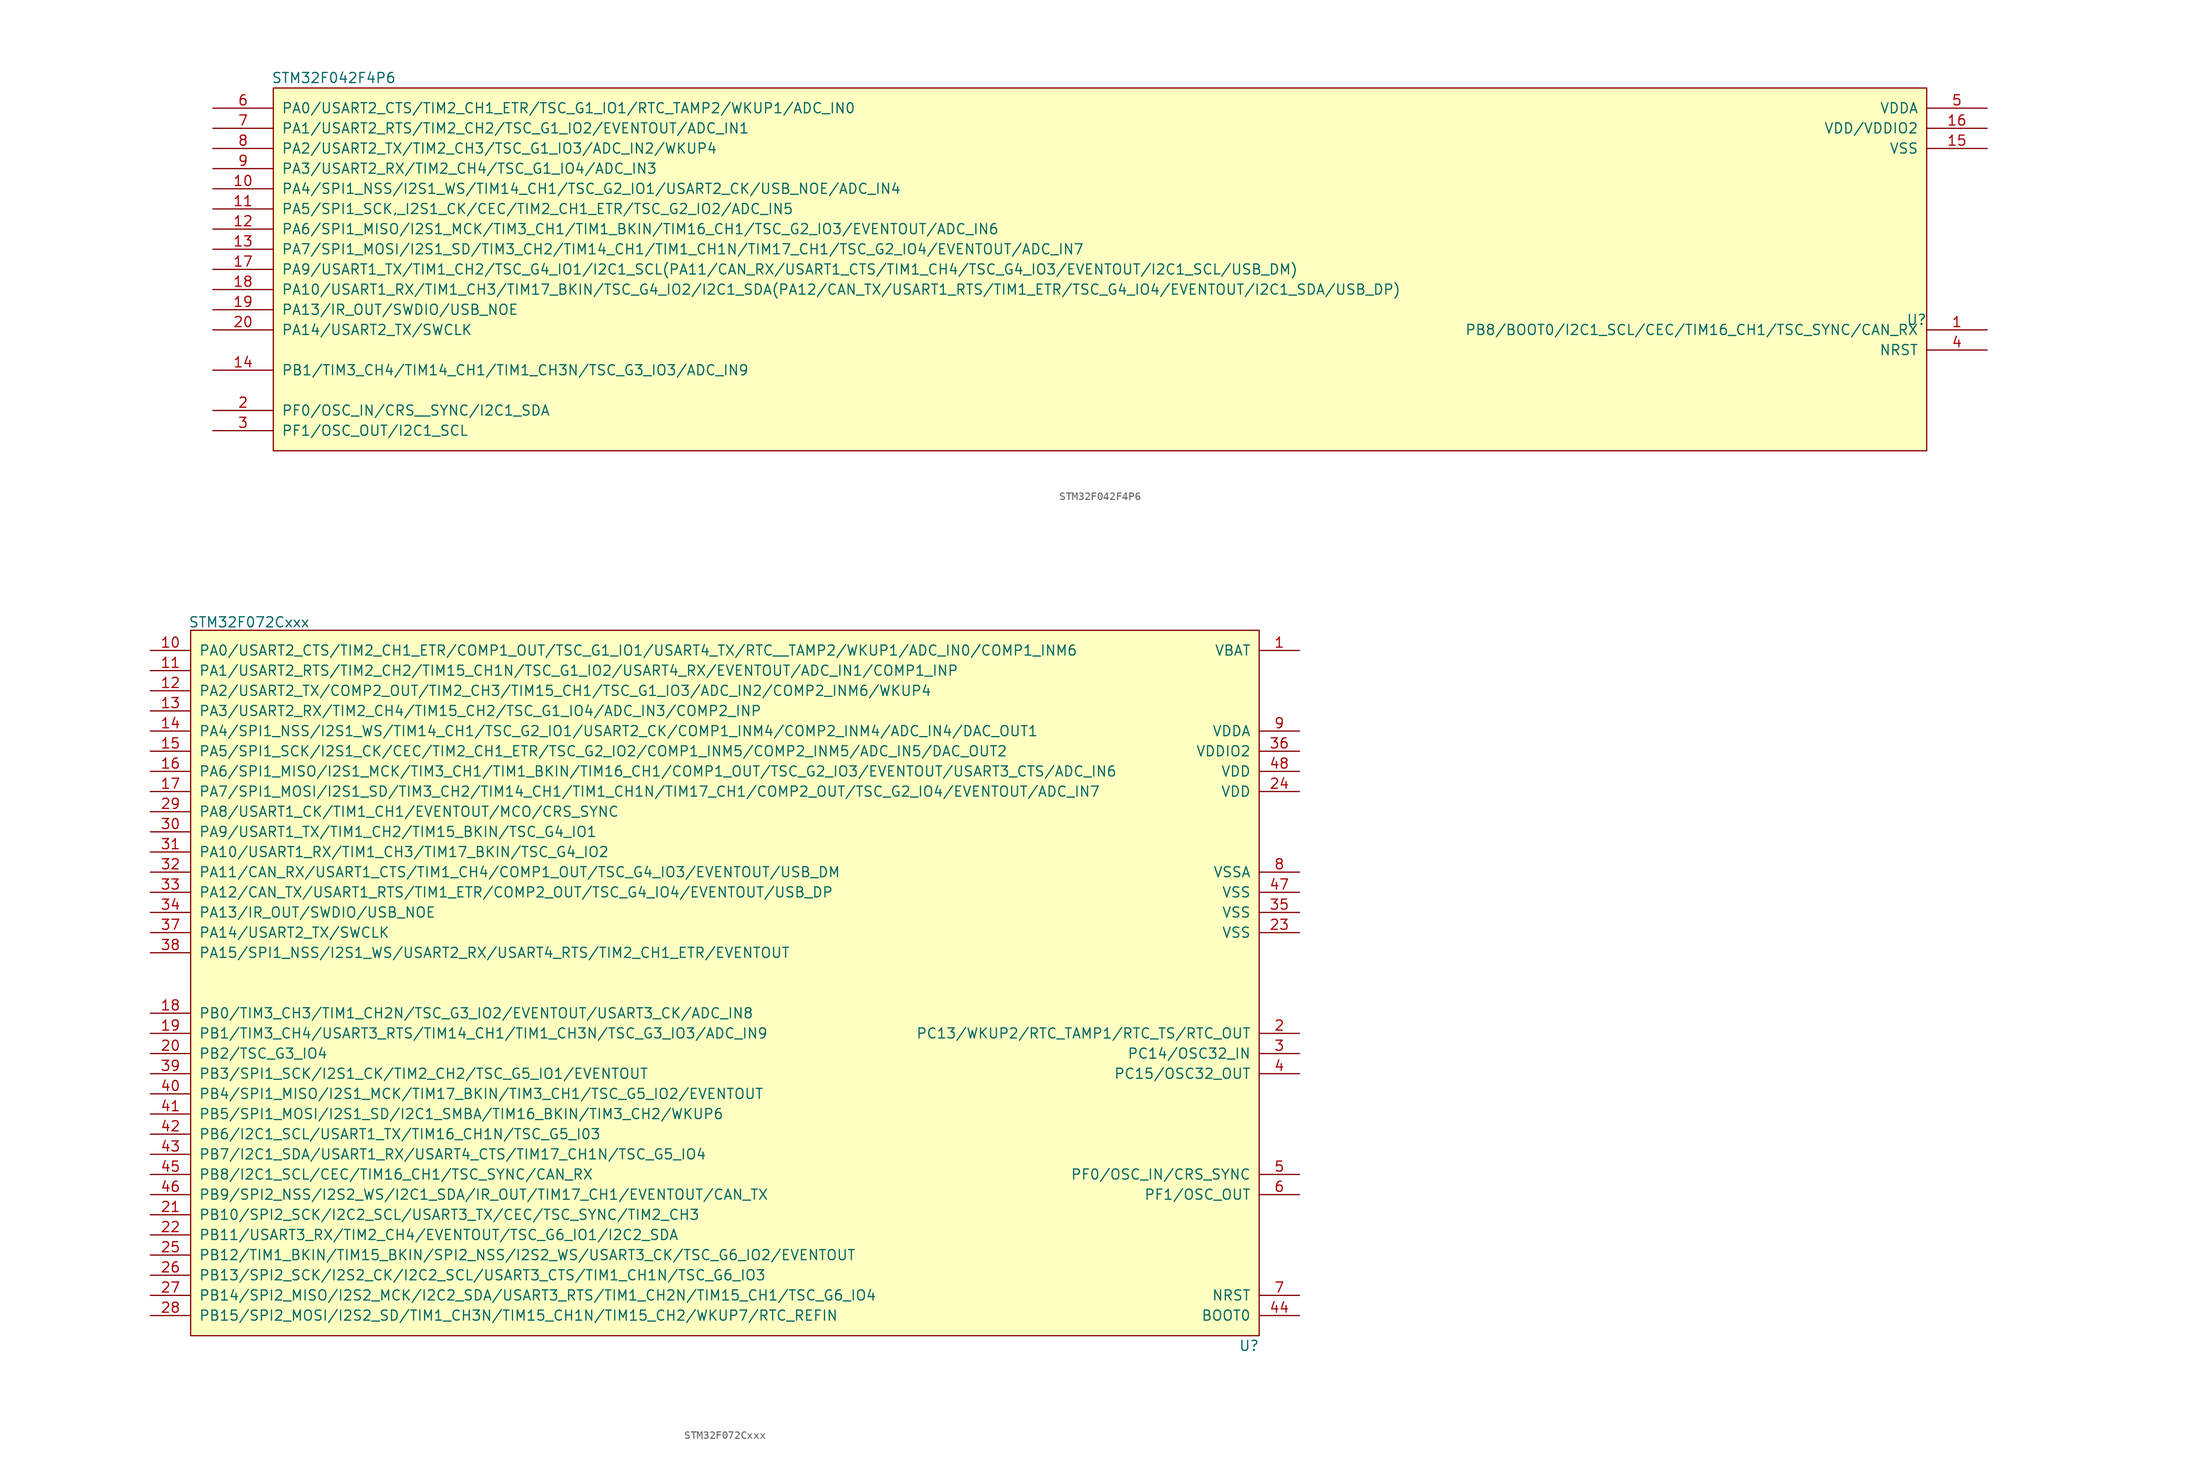
<source format=kicad_sym>
(kicad_symbol_lib
  (version 20211014)
  (generator kicad_symbol_editor)
  (symbol "STM32F042F4P6"
    (pin_names
      (offset 1.016))
    (property "Reference" "U"
      (at 207.01 -26.67 0)
      (effects (font (size 1.27 1.27))))
    (property "Value" "STM32F042F4P6"
      (at 7.62 3.81 0)
      (effects (font (size 1.27 1.27))))
    (symbol "STM32F042F4P6_0_1"
      (rectangle (start 208.28 -43.18) (end 0 2.54) (stroke (width 0) (type default) (color 0 0 0 0)) (fill (type background))))
    (symbol "STM32F042F4P6_1_1"
      (pin input line (at 215.9 -27.94 180) (length 7.62) (name "PB8/BOOT0/I2C1_SCL/CEC/TIM16_CH1/TSC_SYNC/CAN_RX" (effects (font (size 1.27 1.27)))) (number "1" (effects (font (size 1.27 1.27)))))
      (pin input line (at -7.62 -10.16 0) (length 7.62) (name "PA4/SPI1_NSS/I2S1_WS/TIM14_CH1/TSC_G2_IO1/USART2_CK/USB_NOE/ADC_IN4" (effects (font (size 1.27 1.27)))) (number "10" (effects (font (size 1.27 1.27)))))
      (pin input line (at -7.62 -12.7 0) (length 7.62) (name "PA5/SPI1_SCK,_I2S1_CK/CEC/TIM2_CH1_ETR/TSC_G2_IO2/ADC_IN5" (effects (font (size 1.27 1.27)))) (number "11" (effects (font (size 1.27 1.27)))))
      (pin input line (at -7.62 -15.24 0) (length 7.62) (name "PA6/SPI1_MISO/I2S1_MCK/TIM3_CH1/TIM1_BKIN/TIM16_CH1/TSC_G2_IO3/EVENTOUT/ADC_IN6" (effects (font (size 1.27 1.27)))) (number "12" (effects (font (size 1.27 1.27)))))
      (pin input line (at -7.62 -17.78 0) (length 7.62) (name "PA7/SPI1_MOSI/I2S1_SD/TIM3_CH2/TIM14_CH1/TIM1_CH1N/TIM17_CH1/TSC_G2_IO4/EVENTOUT/ADC_IN7" (effects (font (size 1.27 1.27)))) (number "13" (effects (font (size 1.27 1.27)))))
      (pin input line (at -7.62 -33.02 0) (length 7.62) (name "PB1/TIM3_CH4/TIM14_CH1/TIM1_CH3N/TSC_G3_IO3/ADC_IN9" (effects (font (size 1.27 1.27)))) (number "14" (effects (font (size 1.27 1.27)))))
      (pin input line (at 215.9 -5.08 180) (length 7.62) (name "VSS" (effects (font (size 1.27 1.27)))) (number "15" (effects (font (size 1.27 1.27)))))
      (pin input line (at 215.9 -2.54 180) (length 7.62) (name "VDD/VDDIO2" (effects (font (size 1.27 1.27)))) (number "16" (effects (font (size 1.27 1.27)))))
      (pin input line (at -7.62 -20.32 0) (length 7.62) (name "PA9/USART1_TX/TIM1_CH2/TSC_G4_IO1/I2C1_SCL(PA11/CAN_RX/USART1_CTS/TIM1_CH4/TSC_G4_IO3/EVENTOUT/I2C1_SCL/USB_DM)" (effects (font (size 1.27 1.27)))) (number "17" (effects (font (size 1.27 1.27)))))
      (pin input line (at -7.62 -22.86 0) (length 7.62) (name "PA10/USART1_RX/TIM1_CH3/TIM17_BKIN/TSC_G4_IO2/I2C1_SDA(PA12/CAN_TX/USART1_RTS/TIM1_ETR/TSC_G4_IO4/EVENTOUT/I2C1_SDA/USB_DP)" (effects (font (size 1.27 1.27)))) (number "18" (effects (font (size 1.27 1.27)))))
      (pin input line (at -7.62 -25.4 0) (length 7.62) (name "PA13/IR_OUT/SWDIO/USB_NOE" (effects (font (size 1.27 1.27)))) (number "19" (effects (font (size 1.27 1.27)))))
      (pin input line (at -7.62 -38.1 0) (length 7.62) (name "PF0/OSC_IN/CRS__SYNC/I2C1_SDA" (effects (font (size 1.27 1.27)))) (number "2" (effects (font (size 1.27 1.27)))))
      (pin input line (at -7.62 -27.94 0) (length 7.62) (name "PA14/USART2_TX/SWCLK" (effects (font (size 1.27 1.27)))) (number "20" (effects (font (size 1.27 1.27)))))
      (pin input line (at -7.62 -40.64 0) (length 7.62) (name "PF1/OSC_OUT/I2C1_SCL" (effects (font (size 1.27 1.27)))) (number "3" (effects (font (size 1.27 1.27)))))
      (pin input line (at 215.9 -30.48 180) (length 7.62) (name "NRST" (effects (font (size 1.27 1.27)))) (number "4" (effects (font (size 1.27 1.27)))))
      (pin input line (at 215.9 0 180) (length 7.62) (name "VDDA" (effects (font (size 1.27 1.27)))) (number "5" (effects (font (size 1.27 1.27)))))
      (pin input line (at -7.62 0 0) (length 7.62) (name "PA0/USART2_CTS/TIM2_CH1_ETR/TSC_G1_IO1/RTC_TAMP2/WKUP1/ADC_IN0" (effects (font (size 1.27 1.27)))) (number "6" (effects (font (size 1.27 1.27)))))
      (pin input line (at -7.62 -2.54 0) (length 7.62) (name "PA1/USART2_RTS/TIM2_CH2/TSC_G1_IO2/EVENTOUT/ADC_IN1" (effects (font (size 1.27 1.27)))) (number "7" (effects (font (size 1.27 1.27)))))
      (pin input line (at -7.62 -5.08 0) (length 7.62) (name "PA2/USART2_TX/TIM2_CH3/TSC_G1_IO3/ADC_IN2/WKUP4" (effects (font (size 1.27 1.27)))) (number "8" (effects (font (size 1.27 1.27)))))
      (pin input line (at -7.62 -7.62 0) (length 7.62) (name "PA3/USART2_RX/TIM2_CH4/TSC_G1_IO4/ADC_IN3" (effects (font (size 1.27 1.27)))) (number "9" (effects (font (size 1.27 1.27)))))))
  (symbol "STM32F072Cxxx"
    (pin_names
      (offset 1.016))
    (property "Reference" "U"
      (at 133.35 -87.63 0)
      (effects (font (size 1.27 1.27))))
    (property "Value" "STM32F072Cxxx"
      (at 7.366 3.556 0)
      (effects (font (size 1.27 1.27))))
    (symbol "STM32F072Cxxx_0_1"
      (rectangle (start 0 2.54) (end 134.62 -86.36) (stroke (width 0) (type default) (color 0 0 0 0)) (fill (type background))))
    (symbol "STM32F072Cxxx_1_1"
      (pin input line (at 139.7 0 180) (length 5.08) (name "VBAT" (effects (font (size 1.27 1.27)))) (number "1" (effects (font (size 1.27 1.27)))))
      (pin input line (at -5.08 0 0) (length 5.08) (name "PA0/USART2_CTS/TIM2_CH1_ETR/COMP1_OUT/TSC_G1_IO1/USART4_TX/RTC__TAMP2/WKUP1/ADC_IN0/COMP1_INM6" (effects (font (size 1.27 1.27)))) (number "10" (effects (font (size 1.27 1.27)))))
      (pin input line (at -5.08 -2.54 0) (length 5.08) (name "PA1/USART2_RTS/TIM2_CH2/TIM15_CH1N/TSC_G1_IO2/USART4_RX/EVENTOUT/ADC_IN1/COMP1_INP" (effects (font (size 1.27 1.27)))) (number "11" (effects (font (size 1.27 1.27)))))
      (pin input line (at -5.08 -5.08 0) (length 5.08) (name "PA2/USART2_TX/COMP2_OUT/TIM2_CH3/TIM15_CH1/TSC_G1_IO3/ADC_IN2/COMP2_INM6/WKUP4" (effects (font (size 1.27 1.27)))) (number "12" (effects (font (size 1.27 1.27)))))
      (pin input line (at -5.08 -7.62 0) (length 5.08) (name "PA3/USART2_RX/TIM2_CH4/TIM15_CH2/TSC_G1_IO4/ADC_IN3/COMP2_INP" (effects (font (size 1.27 1.27)))) (number "13" (effects (font (size 1.27 1.27)))))
      (pin input line (at -5.08 -10.16 0) (length 5.08) (name "PA4/SPI1_NSS/I2S1_WS/TIM14_CH1/TSC_G2_IO1/USART2_CK/COMP1_INM4/COMP2_INM4/ADC_IN4/DAC_OUT1" (effects (font (size 1.27 1.27)))) (number "14" (effects (font (size 1.27 1.27)))))
      (pin input line (at -5.08 -12.7 0) (length 5.08) (name "PA5/SPI1_SCK/I2S1_CK/CEC/TIM2_CH1_ETR/TSC_G2_IO2/COMP1_INM5/COMP2_INM5/ADC_IN5/DAC_OUT2" (effects (font (size 1.27 1.27)))) (number "15" (effects (font (size 1.27 1.27)))))
      (pin input line (at -5.08 -15.24 0) (length 5.08) (name "PA6/SPI1_MISO/I2S1_MCK/TIM3_CH1/TIM1_BKIN/TIM16_CH1/COMP1_OUT/TSC_G2_IO3/EVENTOUT/USART3_CTS/ADC_IN6" (effects (font (size 1.27 1.27)))) (number "16" (effects (font (size 1.27 1.27)))))
      (pin input line (at -5.08 -17.78 0) (length 5.08) (name "PA7/SPI1_MOSI/I2S1_SD/TIM3_CH2/TIM14_CH1/TIM1_CH1N/TIM17_CH1/COMP2_OUT/TSC_G2_IO4/EVENTOUT/ADC_IN7" (effects (font (size 1.27 1.27)))) (number "17" (effects (font (size 1.27 1.27)))))
      (pin input line (at -5.08 -45.72 0) (length 5.08) (name "PB0/TIM3_CH3/TIM1_CH2N/TSC_G3_IO2/EVENTOUT/USART3_CK/ADC_IN8" (effects (font (size 1.27 1.27)))) (number "18" (effects (font (size 1.27 1.27)))))
      (pin input line (at -5.08 -48.26 0) (length 5.08) (name "PB1/TIM3_CH4/USART3_RTS/TIM14_CH1/TIM1_CH3N/TSC_G3_IO3/ADC_IN9" (effects (font (size 1.27 1.27)))) (number "19" (effects (font (size 1.27 1.27)))))
      (pin input line (at 139.7 -48.26 180) (length 5.08) (name "PC13/WKUP2/RTC_TAMP1/RTC_TS/RTC_OUT" (effects (font (size 1.27 1.27)))) (number "2" (effects (font (size 1.27 1.27)))))
      (pin input line (at -5.08 -50.8 0) (length 5.08) (name "PB2/TSC_G3_IO4" (effects (font (size 1.27 1.27)))) (number "20" (effects (font (size 1.27 1.27)))))
      (pin input line (at -5.08 -71.12 0) (length 5.08) (name "PB10/SPI2_SCK/I2C2_SCL/USART3_TX/CEC/TSC_SYNC/TIM2_CH3" (effects (font (size 1.27 1.27)))) (number "21" (effects (font (size 1.27 1.27)))))
      (pin input line (at -5.08 -73.66 0) (length 5.08) (name "PB11/USART3_RX/TIM2_CH4/EVENTOUT/TSC_G6_IO1/I2C2_SDA" (effects (font (size 1.27 1.27)))) (number "22" (effects (font (size 1.27 1.27)))))
      (pin input line (at 139.7 -35.56 180) (length 5.08) (name "VSS" (effects (font (size 1.27 1.27)))) (number "23" (effects (font (size 1.27 1.27)))))
      (pin input line (at 139.7 -17.78 180) (length 5.08) (name "VDD" (effects (font (size 1.27 1.27)))) (number "24" (effects (font (size 1.27 1.27)))))
      (pin input line (at -5.08 -76.2 0) (length 5.08) (name "PB12/TIM1_BKIN/TIM15_BKIN/SPI2_NSS/I2S2_WS/USART3_CK/TSC_G6_IO2/EVENTOUT" (effects (font (size 1.27 1.27)))) (number "25" (effects (font (size 1.27 1.27)))))
      (pin input line (at -5.08 -78.74 0) (length 5.08) (name "PB13/SPI2_SCK/I2S2_CK/I2C2_SCL/USART3_CTS/TIM1_CH1N/TSC_G6_IO3" (effects (font (size 1.27 1.27)))) (number "26" (effects (font (size 1.27 1.27)))))
      (pin input line (at -5.08 -81.28 0) (length 5.08) (name "PB14/SPI2_MISO/I2S2_MCK/I2C2_SDA/USART3_RTS/TIM1_CH2N/TIM15_CH1/TSC_G6_IO4" (effects (font (size 1.27 1.27)))) (number "27" (effects (font (size 1.27 1.27)))))
      (pin input line (at -5.08 -83.82 0) (length 5.08) (name "PB15/SPI2_MOSI/I2S2_SD/TIM1_CH3N/TIM15_CH1N/TIM15_CH2/WKUP7/RTC_REFIN" (effects (font (size 1.27 1.27)))) (number "28" (effects (font (size 1.27 1.27)))))
      (pin input line (at -5.08 -20.32 0) (length 5.08) (name "PA8/USART1_CK/TIM1_CH1/EVENTOUT/MCO/CRS_SYNC" (effects (font (size 1.27 1.27)))) (number "29" (effects (font (size 1.27 1.27)))))
      (pin input line (at 139.7 -50.8 180) (length 5.08) (name "PC14/OSC32_IN" (effects (font (size 1.27 1.27)))) (number "3" (effects (font (size 1.27 1.27)))))
      (pin input line (at -5.08 -22.86 0) (length 5.08) (name "PA9/USART1_TX/TIM1_CH2/TIM15_BKIN/TSC_G4_IO1" (effects (font (size 1.27 1.27)))) (number "30" (effects (font (size 1.27 1.27)))))
      (pin input line (at -5.08 -25.4 0) (length 5.08) (name "PA10/USART1_RX/TIM1_CH3/TIM17_BKIN/TSC_G4_IO2" (effects (font (size 1.27 1.27)))) (number "31" (effects (font (size 1.27 1.27)))))
      (pin input line (at -5.08 -27.94 0) (length 5.08) (name "PA11/CAN_RX/USART1_CTS/TIM1_CH4/COMP1_OUT/TSC_G4_IO3/EVENTOUT/USB_DM" (effects (font (size 1.27 1.27)))) (number "32" (effects (font (size 1.27 1.27)))))
      (pin input line (at -5.08 -30.48 0) (length 5.08) (name "PA12/CAN_TX/USART1_RTS/TIM1_ETR/COMP2_OUT/TSC_G4_IO4/EVENTOUT/USB_DP" (effects (font (size 1.27 1.27)))) (number "33" (effects (font (size 1.27 1.27)))))
      (pin input line (at -5.08 -33.02 0) (length 5.08) (name "PA13/IR_OUT/SWDIO/USB_NOE" (effects (font (size 1.27 1.27)))) (number "34" (effects (font (size 1.27 1.27)))))
      (pin input line (at 139.7 -33.02 180) (length 5.08) (name "VSS" (effects (font (size 1.27 1.27)))) (number "35" (effects (font (size 1.27 1.27)))))
      (pin input line (at 139.7 -12.7 180) (length 5.08) (name "VDDIO2" (effects (font (size 1.27 1.27)))) (number "36" (effects (font (size 1.27 1.27)))))
      (pin input line (at -5.08 -35.56 0) (length 5.08) (name "PA14/USART2_TX/SWCLK" (effects (font (size 1.27 1.27)))) (number "37" (effects (font (size 1.27 1.27)))))
      (pin input line (at -5.08 -38.1 0) (length 5.08) (name "PA15/SPI1_NSS/I2S1_WS/USART2_RX/USART4_RTS/TIM2_CH1_ETR/EVENTOUT" (effects (font (size 1.27 1.27)))) (number "38" (effects (font (size 1.27 1.27)))))
      (pin input line (at -5.08 -53.34 0) (length 5.08) (name "PB3/SPI1_SCK/I2S1_CK/TIM2_CH2/TSC_G5_IO1/EVENTOUT" (effects (font (size 1.27 1.27)))) (number "39" (effects (font (size 1.27 1.27)))))
      (pin input line (at 139.7 -53.34 180) (length 5.08) (name "PC15/OSC32_OUT" (effects (font (size 1.27 1.27)))) (number "4" (effects (font (size 1.27 1.27)))))
      (pin input line (at -5.08 -55.88 0) (length 5.08) (name "PB4/SPI1_MISO/I2S1_MCK/TIM17_BKIN/TIM3_CH1/TSC_G5_IO2/EVENTOUT" (effects (font (size 1.27 1.27)))) (number "40" (effects (font (size 1.27 1.27)))))
      (pin input line (at -5.08 -58.42 0) (length 5.08) (name "PB5/SPI1_MOSI/I2S1_SD/I2C1_SMBA/TIM16_BKIN/TIM3_CH2/WKUP6" (effects (font (size 1.27 1.27)))) (number "41" (effects (font (size 1.27 1.27)))))
      (pin input line (at -5.08 -60.96 0) (length 5.08) (name "PB6/I2C1_SCL/USART1_TX/TIM16_CH1N/TSC_G5_I03" (effects (font (size 1.27 1.27)))) (number "42" (effects (font (size 1.27 1.27)))))
      (pin input line (at -5.08 -63.5 0) (length 5.08) (name "PB7/I2C1_SDA/USART1_RX/USART4_CTS/TIM17_CH1N/TSC_G5_IO4" (effects (font (size 1.27 1.27)))) (number "43" (effects (font (size 1.27 1.27)))))
      (pin input line (at 139.7 -83.82 180) (length 5.08) (name "BOOT0" (effects (font (size 1.27 1.27)))) (number "44" (effects (font (size 1.27 1.27)))))
      (pin input line (at -5.08 -66.04 0) (length 5.08) (name "PB8/I2C1_SCL/CEC/TIM16_CH1/TSC_SYNC/CAN_RX" (effects (font (size 1.27 1.27)))) (number "45" (effects (font (size 1.27 1.27)))))
      (pin input line (at -5.08 -68.58 0) (length 5.08) (name "PB9/SPI2_NSS/I2S2_WS/I2C1_SDA/IR_OUT/TIM17_CH1/EVENTOUT/CAN_TX" (effects (font (size 1.27 1.27)))) (number "46" (effects (font (size 1.27 1.27)))))
      (pin input line (at 139.7 -30.48 180) (length 5.08) (name "VSS" (effects (font (size 1.27 1.27)))) (number "47" (effects (font (size 1.27 1.27)))))
      (pin input line (at 139.7 -15.24 180) (length 5.08) (name "VDD" (effects (font (size 1.27 1.27)))) (number "48" (effects (font (size 1.27 1.27)))))
      (pin input line (at 139.7 -66.04 180) (length 5.08) (name "PF0/OSC_IN/CRS_SYNC" (effects (font (size 1.27 1.27)))) (number "5" (effects (font (size 1.27 1.27)))))
      (pin input line (at 139.7 -68.58 180) (length 5.08) (name "PF1/OSC_OUT" (effects (font (size 1.27 1.27)))) (number "6" (effects (font (size 1.27 1.27)))))
      (pin input line (at 139.7 -81.28 180) (length 5.08) (name "NRST" (effects (font (size 1.27 1.27)))) (number "7" (effects (font (size 1.27 1.27)))))
      (pin input line (at 139.7 -27.94 180) (length 5.08) (name "VSSA" (effects (font (size 1.27 1.27)))) (number "8" (effects (font (size 1.27 1.27)))))
      (pin input line (at 139.7 -10.16 180) (length 5.08) (name "VDDA" (effects (font (size 1.27 1.27)))) (number "9" (effects (font (size 1.27 1.27))))))))
</source>
